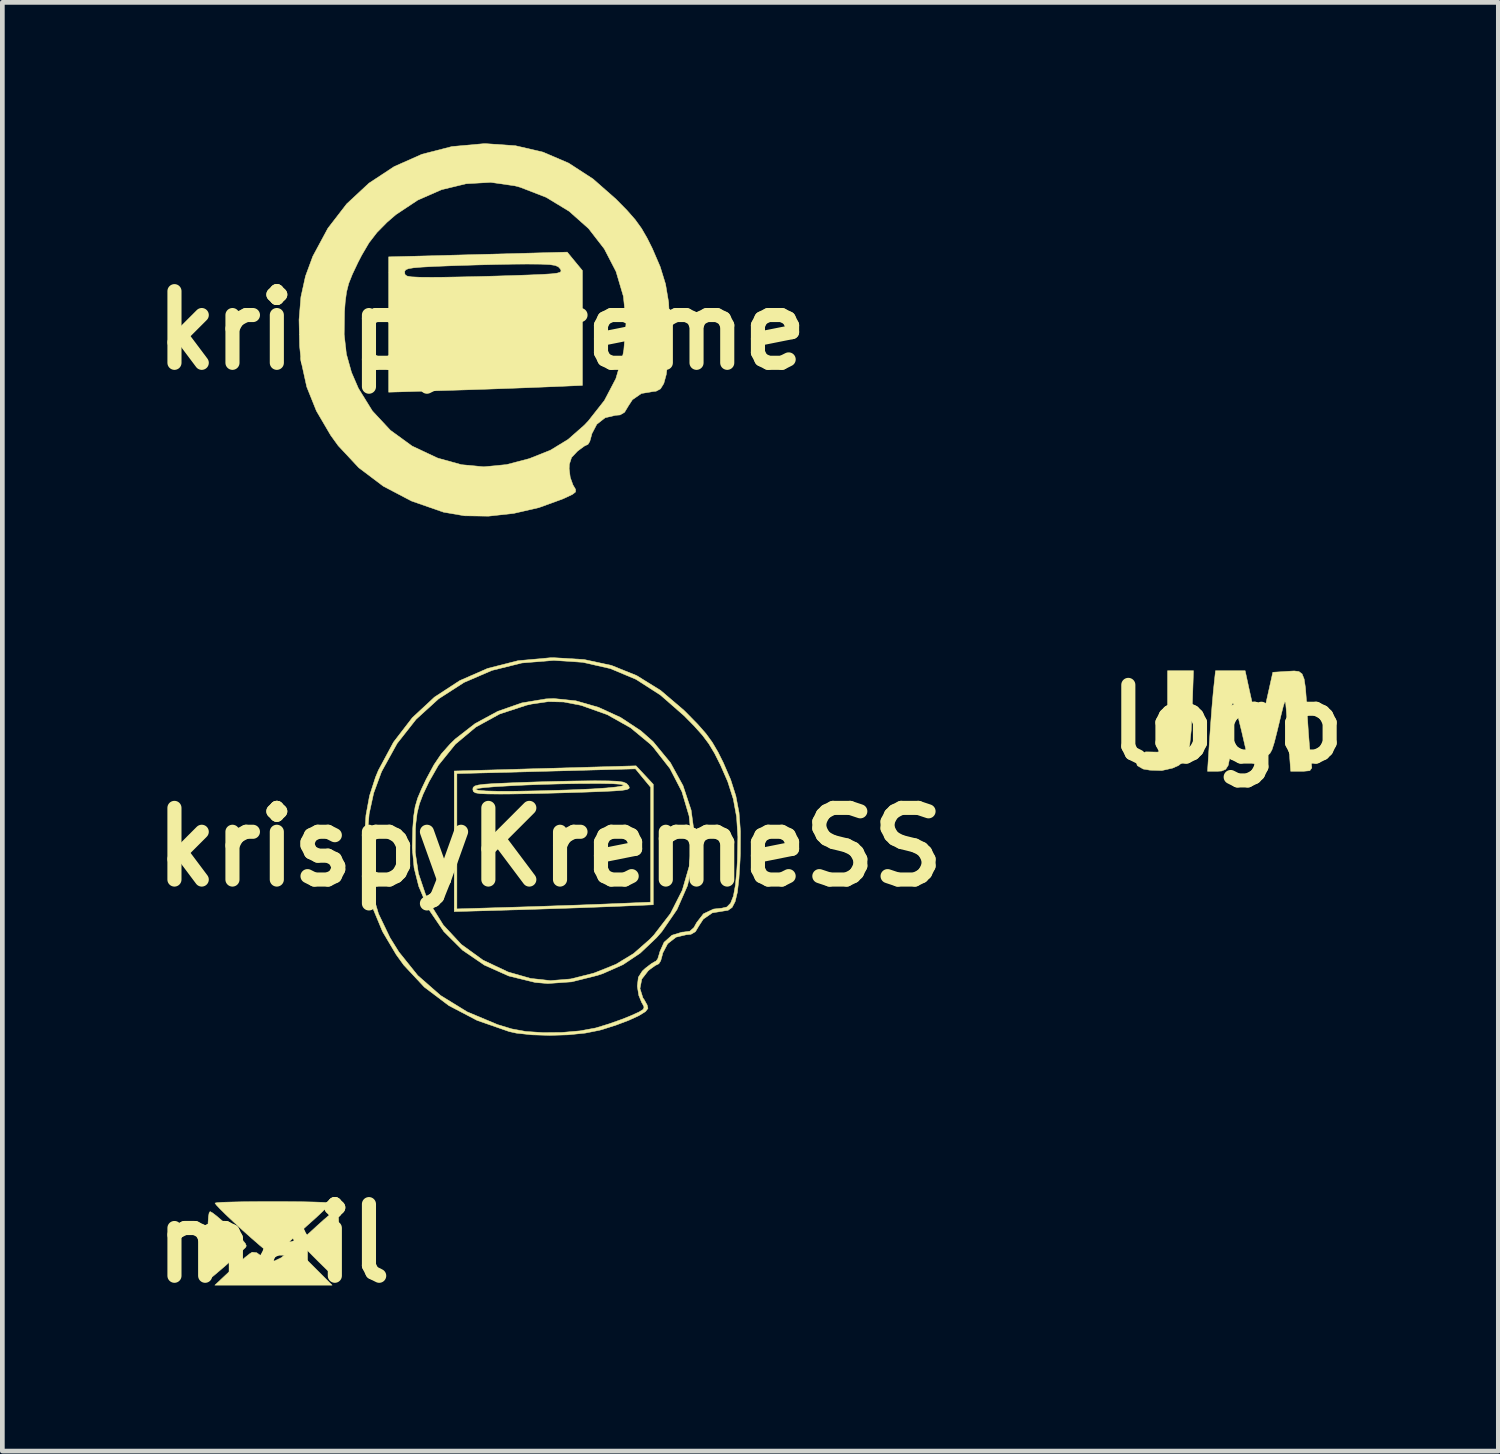
<source format=kicad_pcb>
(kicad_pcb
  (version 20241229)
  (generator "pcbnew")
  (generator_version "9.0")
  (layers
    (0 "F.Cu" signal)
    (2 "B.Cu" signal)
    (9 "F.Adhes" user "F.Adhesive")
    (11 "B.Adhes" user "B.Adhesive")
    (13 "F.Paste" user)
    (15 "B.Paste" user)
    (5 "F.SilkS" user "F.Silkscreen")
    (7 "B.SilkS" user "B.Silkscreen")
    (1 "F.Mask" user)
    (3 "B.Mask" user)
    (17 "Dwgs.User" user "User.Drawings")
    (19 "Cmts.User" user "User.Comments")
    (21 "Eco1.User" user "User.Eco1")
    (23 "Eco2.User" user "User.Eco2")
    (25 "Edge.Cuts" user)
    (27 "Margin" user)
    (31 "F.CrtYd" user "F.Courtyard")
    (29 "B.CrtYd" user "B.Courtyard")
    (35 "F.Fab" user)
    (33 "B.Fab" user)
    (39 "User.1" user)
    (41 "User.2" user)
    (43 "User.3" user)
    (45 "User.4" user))
  (footprint "krispyKreme"
    (layer "F.Cu")
    (at 7.192 3.977)
    (property "Reference" "krispyKreme" (at 0 0 0) (layer "F.SilkS") (effects (font (size 1.524 1.524) (thickness 0.3))))
    (attr through_hole)
    (fp_poly (pts (xy 1.983 -1.469) (xy 2.145 -1.273) (xy 2.145 1.17) (xy 1.312 1.205) (xy 0.987 1.218) (xy 0.583 1.233) (xy 0.136 1.249) (xy -0.32 1.264) (xy -0.748 1.277) (xy -1.976 1.314) (xy -1.976 -1.233) (xy -1.637 -1.233) (xy -1.627 -1.186) (xy -1.585 -1.156) (xy -1.489 -1.139) (xy -1.322 -1.131) (xy -1.061 -1.129) (xy -1.053 -1.129) (xy -0.803 -1.131) (xy -0.471 -1.137) (xy -0.089 -1.145) (xy 0.311 -1.156) (xy 0.635 -1.166) (xy 1.013 -1.179) (xy 1.292 -1.191) (xy 1.486 -1.203) (xy 1.608 -1.218) (xy 1.672 -1.237) (xy 1.692 -1.262) (xy 1.682 -1.294) (xy 1.675 -1.307) (xy 1.634 -1.352) (xy 1.565 -1.382) (xy 1.448 -1.4) (xy 1.261 -1.409) (xy 0.983 -1.411) (xy 0.96 -1.411) (xy 0.67 -1.409) (xy 0.305 -1.402) (xy -0.096 -1.392) (xy -0.493 -1.38) (xy -0.663 -1.374) (xy -1.017 -1.36) (xy -1.273 -1.346) (xy -1.448 -1.331) (xy -1.556 -1.313) (xy -1.613 -1.289) (xy -1.634 -1.257) (xy -1.637 -1.233) (xy -1.976 -1.233) (xy -1.976 -1.564) (xy -0.077 -1.614) (xy 1.822 -1.665) (xy 1.983 -1.469)) (stroke (width 0.01) (type solid)) (fill yes) (layer "F.SilkS"))
    (fp_poly (pts (xy 0.721 -3.928) (xy 1.306 -3.792) (xy 1.852 -3.558) (xy 2.371 -3.221) (xy 2.858 -2.793) (xy 3.093 -2.554) (xy 3.266 -2.357) (xy 3.401 -2.171) (xy 3.521 -1.964) (xy 3.632 -1.742) (xy 3.799 -1.354) (xy 3.913 -0.984) (xy 3.978 -0.6) (xy 4.001 -0.17) (xy 3.99 0.282) (xy 3.964 0.661) (xy 3.928 0.939) (xy 3.876 1.129) (xy 3.806 1.243) (xy 3.713 1.293) (xy 3.66 1.298) (xy 3.399 1.342) (xy 3.209 1.474) (xy 3.122 1.607) (xy 3.041 1.742) (xy 2.946 1.798) (xy 2.848 1.806) (xy 2.628 1.858) (xy 2.451 1.997) (xy 2.346 2.198) (xy 2.338 2.232) (xy 2.302 2.361) (xy 2.262 2.426) (xy 2.256 2.427) (xy 2.187 2.46) (xy 2.073 2.544) (xy 2.036 2.573) (xy 1.914 2.703) (xy 1.867 2.849) (xy 1.863 2.942) (xy 1.886 3.127) (xy 1.944 3.287) (xy 1.954 3.304) (xy 2 3.382) (xy 1.999 3.436) (xy 1.935 3.487) (xy 1.79 3.556) (xy 1.725 3.585) (xy 1.219 3.769) (xy 0.684 3.892) (xy 0.147 3.951) (xy -0.361 3.943) (xy -0.809 3.866) (xy -1.49 3.629) (xy -2.091 3.313) (xy -2.611 2.921) (xy -3.049 2.452) (xy -3.21 2.229) (xy -3.513 1.712) (xy -3.718 1.201) (xy -3.836 0.666) (xy -3.87 0.332) (xy -3.875 0.086) (xy -2.922 0.086) (xy -2.875 0.503) (xy -2.766 0.893) (xy -2.62 1.231) (xy -2.322 1.713) (xy -1.938 2.125) (xy -1.477 2.46) (xy -0.948 2.709) (xy -0.922 2.719) (xy -0.427 2.856) (xy 0.047 2.901) (xy 0.53 2.854) (xy 1.016 2.727) (xy 1.463 2.549) (xy 1.84 2.319) (xy 2.187 2.014) (xy 2.27 1.926) (xy 2.613 1.49) (xy 2.856 1.026) (xy 3.008 0.51) (xy 3.026 0.412) (xy 3.074 -0.168) (xy 3.016 -0.726) (xy 2.86 -1.252) (xy 2.61 -1.735) (xy 2.276 -2.166) (xy 1.862 -2.534) (xy 1.375 -2.83) (xy 0.823 -3.044) (xy 0.708 -3.075) (xy 0.196 -3.149) (xy -0.33 -3.119) (xy -0.854 -2.992) (xy -1.357 -2.771) (xy -1.821 -2.463) (xy -2.01 -2.3) (xy -2.224 -2.083) (xy -2.394 -1.863) (xy -2.55 -1.597) (xy -2.628 -1.446) (xy -2.748 -1.193) (xy -2.826 -0.997) (xy -2.872 -0.815) (xy -2.9 -0.604) (xy -2.915 -0.395) (xy -2.922 0.086) (xy -3.875 0.086) (xy -3.882 -0.226) (xy -3.842 -0.712) (xy -3.745 -1.153) (xy -3.589 -1.576) (xy -3.269 -2.171) (xy -2.868 -2.691) (xy -2.395 -3.131) (xy -1.859 -3.484) (xy -1.269 -3.746) (xy -0.632 -3.91) (xy 0.043 -3.971) (xy 0.085 -3.972) (xy 0.721 -3.928)) (stroke (width 0.01) (type solid)) (fill yes) (layer "F.SilkS")))
  (footprint "mail"
    (layer "F.Cu")
    (at 2.765 23.394)
    (property "Reference" "mail" (at 0 0 0) (layer "F.SilkS") (effects (font (size 1.524 1.524) (thickness 0.3))))
    (attr through_hole)
    (fp_poly (pts (xy 0.837 0.477) (xy 1.248 0.889) (xy -1.245 0.889) (xy -0.887 0.552) (xy -0.738 0.416) (xy -0.605 0.301) (xy -0.503 0.22) (xy -0.451 0.188) (xy -0.355 0.199) (xy -0.258 0.271) (xy -0.12 0.364) (xy 0.02 0.375) (xy 0.169 0.304) (xy 0.264 0.223) (xy 0.425 0.066) (xy 0.837 0.477)) (stroke (width 0.01) (type solid)) (fill yes) (layer "F.SilkS"))
    (fp_poly (pts (xy 1.37 -0.681) (xy 1.384 -0.563) (xy 1.393 -0.365) (xy 1.397 -0.085) (xy 1.397 0.021) (xy 1.395 0.261) (xy 1.39 0.468) (xy 1.383 0.63) (xy 1.374 0.732) (xy 1.364 0.762) (xy 1.324 0.734) (xy 1.237 0.656) (xy 1.114 0.54) (xy 0.969 0.398) (xy 0.94 0.369) (xy 0.548 -0.025) (xy 0.927 -0.372) (xy 1.077 -0.507) (xy 1.207 -0.617) (xy 1.303 -0.692) (xy 1.351 -0.72) (xy 1.351 -0.72) (xy 1.37 -0.681)) (stroke (width 0.01) (type solid)) (fill yes) (layer "F.SilkS"))
    (fp_poly (pts (xy -1.294 -0.647) (xy -1.197 -0.572) (xy -1.067 -0.46) (xy -0.917 -0.324) (xy -0.913 -0.32) (xy -0.754 -0.169) (xy -0.65 -0.063) (xy -0.594 0.007) (xy -0.577 0.054) (xy -0.592 0.087) (xy -0.596 0.091) (xy -0.712 0.2) (xy -0.851 0.325) (xy -0.997 0.454) (xy -1.137 0.575) (xy -1.255 0.675) (xy -1.337 0.741) (xy -1.369 0.762) (xy -1.378 0.722) (xy -1.386 0.611) (xy -1.392 0.443) (xy -1.396 0.231) (xy -1.397 0.042) (xy -1.395 -0.235) (xy -1.39 -0.436) (xy -1.381 -0.571) (xy -1.367 -0.647) (xy -1.348 -0.675) (xy -1.344 -0.675) (xy -1.294 -0.647)) (stroke (width 0.01) (type solid)) (fill yes) (layer "F.SilkS"))
    (fp_poly (pts (xy 0.125 -0.888) (xy 0.397 -0.887) (xy 0.65 -0.884) (xy 0.87 -0.879) (xy 1.043 -0.873) (xy 1.158 -0.866) (xy 1.2 -0.857) (xy 1.178 -0.818) (xy 1.104 -0.736) (xy 0.99 -0.625) (xy 0.874 -0.518) (xy 0.697 -0.36) (xy 0.51 -0.192) (xy 0.343 -0.041) (xy 0.275 0.021) (xy 0.152 0.129) (xy 0.05 0.211) (xy -0.014 0.251) (xy -0.022 0.254) (xy -0.066 0.227) (xy -0.161 0.151) (xy -0.298 0.036) (xy -0.466 -0.11) (xy -0.654 -0.278) (xy -0.663 -0.286) (xy -0.848 -0.456) (xy -1.008 -0.607) (xy -1.133 -0.73) (xy -1.214 -0.816) (xy -1.242 -0.857) (xy -1.241 -0.857) (xy -1.195 -0.866) (xy -1.078 -0.874) (xy -0.902 -0.879) (xy -0.681 -0.884) (xy -0.427 -0.887) (xy -0.154 -0.888) (xy 0.125 -0.888)) (stroke (width 0.01) (type solid)) (fill yes) (layer "F.SilkS")))
  (footprint "logo"
    (layer "F.Cu")
    (at 23.052 12.351)
    (property "Reference" "logo" (at 0 0 0) (layer "F.SilkS") (effects (font (size 1.524 1.524) (thickness 0.3))))
    (attr through_hole)
    (fp_poly (pts (xy -0.748 -0.284) (xy -0.767 0.131) (xy -0.798 0.434) (xy -0.848 0.645) (xy -0.924 0.786) (xy -1.034 0.878) (xy -1.162 0.935) (xy -1.393 0.987) (xy -1.647 0.979) (xy -1.788 0.955) (xy -1.913 0.883) (xy -1.938 0.801) (xy -1.885 0.654) (xy -1.734 0.59) (xy -1.617 0.592) (xy -1.482 0.595) (xy -1.386 0.552) (xy -1.324 0.443) (xy -1.288 0.251) (xy -1.273 -0.042) (xy -1.27 -0.342) (xy -1.27 -1.136) (xy -0.719 -1.136) (xy -0.748 -0.284)) (stroke (width 0.01) (type solid)) (fill yes) (layer "F.SilkS"))
    (fp_poly (pts (xy 0.463 -0.752) (xy 0.523 -0.483) (xy 0.585 -0.221) (xy 0.616 -0.1) (xy 0.686 0.167) (xy 0.969 -1.103) (xy 1.281 -1.123) (xy 1.423 -1.131) (xy 1.523 -1.119) (xy 1.591 -1.068) (xy 1.635 -0.958) (xy 1.663 -0.771) (xy 1.685 -0.485) (xy 1.703 -0.167) (xy 1.724 0.157) (xy 1.747 0.453) (xy 1.769 0.683) (xy 1.783 0.785) (xy 1.798 0.93) (xy 1.755 0.99) (xy 1.618 1.003) (xy 1.584 1.003) (xy 1.349 1.003) (xy 1.309 0.451) (xy 1.288 0.159) (xy 1.268 -0.112) (xy 1.254 -0.31) (xy 1.252 -0.334) (xy 1.241 -0.456) (xy 1.224 -0.478) (xy 1.194 -0.391) (xy 1.146 -0.201) (xy 1.061 0.15) (xy 1 0.391) (xy 0.951 0.544) (xy 0.904 0.628) (xy 0.847 0.663) (xy 0.77 0.67) (xy 0.678 0.668) (xy 0.425 0.668) (xy 0.305 0.15) (xy 0.223 -0.181) (xy 0.162 -0.381) (xy 0.118 -0.45) (xy 0.09 -0.388) (xy 0.074 -0.196) (xy 0.069 0.112) (xy 0.065 0.472) (xy 0.051 0.72) (xy 0.02 0.876) (xy -0.034 0.961) (xy -0.119 0.997) (xy -0.217 1.003) (xy -0.42 1.003) (xy -0.376 0.318) (xy -0.352 -0.024) (xy -0.326 -0.364) (xy -0.301 -0.649) (xy -0.291 -0.752) (xy -0.25 -1.136) (xy 0.38 -1.136) (xy 0.463 -0.752)) (stroke (width 0.01) (type solid)) (fill yes) (layer "F.SilkS")))
  (footprint "krispyKremeSS"
    (layer "F.Cu")
    (at 8.643 14.967)
    (property "Reference" "krispyKremeSS" (at 0 0 0) (layer "F.SilkS") (effects (font (size 1.524 1.524) (thickness 0.3))))
    (attr through_hole)
    (fp_poly (pts (xy 2.018 -1.533) (xy 2.201 -1.336) (xy 2.201 1.226) (xy 1.369 1.262) (xy 1.05 1.274) (xy 0.651 1.289) (xy 0.206 1.304) (xy -0.254 1.319) (xy -0.695 1.333) (xy -0.748 1.334) (xy -2.032 1.371) (xy -2.032 -1.564) (xy -1.976 -1.564) (xy -1.976 1.314) (xy -0.748 1.277) (xy -0.318 1.264) (xy 0.138 1.248) (xy 0.585 1.233) (xy 0.989 1.218) (xy 1.312 1.205) (xy 2.145 1.17) (xy 2.145 -1.273) (xy 1.983 -1.469) (xy 1.822 -1.665) (xy -0.077 -1.614) (xy -1.976 -1.564) (xy -2.032 -1.564) (xy -2.032 -1.619) (xy -0.099 -1.674) (xy 1.834 -1.729) (xy 2.018 -1.533)) (stroke (width 0.01) (type solid)) (fill yes) (layer "F.SilkS"))
    (fp_poly (pts (xy 1.245 -1.409) (xy 1.437 -1.401) (xy 1.559 -1.384) (xy 1.63 -1.355) (xy 1.672 -1.311) (xy 1.675 -1.307) (xy 1.692 -1.271) (xy 1.683 -1.244) (xy 1.634 -1.223) (xy 1.532 -1.207) (xy 1.363 -1.195) (xy 1.113 -1.183) (xy 0.768 -1.17) (xy 0.635 -1.166) (xy 0.243 -1.154) (xy -0.156 -1.143) (xy -0.531 -1.135) (xy -0.852 -1.13) (xy -1.053 -1.129) (xy -1.316 -1.131) (xy -1.486 -1.138) (xy -1.583 -1.155) (xy -1.627 -1.185) (xy -1.637 -1.231) (xy -1.637 -1.233) (xy -1.58 -1.233) (xy -1.525 -1.21) (xy -1.359 -1.195) (xy -1.085 -1.188) (xy -0.706 -1.189) (xy -0.225 -1.198) (xy 0.357 -1.215) (xy 0.555 -1.222) (xy 0.923 -1.239) (xy 1.213 -1.259) (xy 1.421 -1.28) (xy 1.542 -1.301) (xy 1.571 -1.321) (xy 1.504 -1.337) (xy 1.334 -1.349) (xy 1.059 -1.354) (xy 0.974 -1.354) (xy 0.608 -1.352) (xy 0.224 -1.345) (xy -0.161 -1.334) (xy -0.531 -1.32) (xy -0.87 -1.303) (xy -1.16 -1.286) (xy -1.387 -1.267) (xy -1.532 -1.249) (xy -1.58 -1.233) (xy -1.637 -1.233) (xy -1.629 -1.271) (xy -1.594 -1.3) (xy -1.518 -1.321) (xy -1.385 -1.338) (xy -1.178 -1.352) (xy -0.884 -1.365) (xy -0.663 -1.374) (xy -0.28 -1.387) (xy 0.124 -1.398) (xy 0.51 -1.406) (xy 0.839 -1.41) (xy 0.96 -1.411) (xy 1.245 -1.409)) (stroke (width 0.01) (type solid)) (fill yes) (layer "F.SilkS"))
    (fp_poly (pts (xy 0.554 -3.112) (xy 1.037 -2.973) (xy 1.508 -2.757) (xy 1.936 -2.475) (xy 2.197 -2.244) (xy 2.565 -1.797) (xy 2.834 -1.307) (xy 3.006 -0.787) (xy 3.079 -0.251) (xy 3.053 0.289) (xy 2.929 0.819) (xy 2.706 1.326) (xy 2.383 1.797) (xy 2.27 1.926) (xy 1.924 2.254) (xy 1.558 2.499) (xy 1.132 2.688) (xy 1.016 2.727) (xy 0.465 2.865) (xy -0.043 2.901) (xy -0.31 2.878) (xy -0.871 2.741) (xy -1.391 2.509) (xy -1.855 2.192) (xy -2.251 1.798) (xy -2.564 1.339) (xy -2.62 1.231) (xy -2.787 0.834) (xy -2.886 0.442) (xy -2.917 0.107) (xy -2.862 0.107) (xy -2.794 0.558) (xy -2.646 0.996) (xy -2.564 1.175) (xy -2.265 1.657) (xy -1.882 2.069) (xy -1.421 2.403) (xy -0.892 2.653) (xy -0.865 2.662) (xy -0.41 2.792) (xy 0.016 2.839) (xy 0.447 2.803) (xy 0.918 2.685) (xy 0.96 2.671) (xy 1.406 2.492) (xy 1.783 2.263) (xy 2.13 1.958) (xy 2.214 1.87) (xy 2.567 1.411) (xy 2.818 0.916) (xy 2.968 0.398) (xy 3.016 -0.133) (xy 2.963 -0.662) (xy 2.81 -1.179) (xy 2.556 -1.671) (xy 2.201 -2.125) (xy 2.141 -2.188) (xy 1.718 -2.539) (xy 1.222 -2.818) (xy 0.677 -3.012) (xy 0.651 -3.019) (xy 0.298 -3.087) (xy -0.029 -3.095) (xy -0.383 -3.044) (xy -0.491 -3.02) (xy -1.065 -2.832) (xy -1.572 -2.554) (xy -2.007 -2.19) (xy -2.368 -1.743) (xy -2.57 -1.389) (xy -2.694 -1.127) (xy -2.773 -0.92) (xy -2.821 -0.726) (xy -2.849 -0.504) (xy -2.857 -0.395) (xy -2.862 0.107) (xy -2.917 0.107) (xy -2.925 0.017) (xy -2.915 -0.395) (xy -2.895 -0.657) (xy -2.864 -0.858) (xy -2.811 -1.04) (xy -2.724 -1.245) (xy -2.628 -1.446) (xy -2.466 -1.747) (xy -2.307 -1.983) (xy -2.117 -2.196) (xy -2.01 -2.3) (xy -1.588 -2.628) (xy -1.107 -2.888) (xy -0.596 -3.067) (xy -0.082 -3.153) (xy 0.087 -3.16) (xy 0.554 -3.112)) (stroke (width 0.01) (type solid)) (fill yes) (layer "F.SilkS"))
    (fp_poly (pts (xy 0.729 -3.99) (xy 1.311 -3.865) (xy 1.849 -3.648) (xy 2.357 -3.333) (xy 2.851 -2.912) (xy 2.914 -2.85) (xy 3.149 -2.61) (xy 3.322 -2.413) (xy 3.457 -2.227) (xy 3.578 -2.021) (xy 3.689 -1.799) (xy 3.847 -1.435) (xy 3.957 -1.09) (xy 4.025 -0.734) (xy 4.055 -0.336) (xy 4.053 0.133) (xy 4.047 0.282) (xy 4.023 0.671) (xy 3.99 0.959) (xy 3.942 1.159) (xy 3.877 1.283) (xy 3.791 1.344) (xy 3.717 1.355) (xy 3.456 1.398) (xy 3.265 1.531) (xy 3.178 1.664) (xy 3.097 1.799) (xy 3.002 1.854) (xy 2.904 1.863) (xy 2.685 1.915) (xy 2.507 2.054) (xy 2.402 2.254) (xy 2.395 2.288) (xy 2.359 2.418) (xy 2.318 2.482) (xy 2.312 2.484) (xy 2.244 2.517) (xy 2.129 2.6) (xy 2.093 2.63) (xy 1.957 2.806) (xy 1.918 3.007) (xy 1.98 3.205) (xy 2.006 3.242) (xy 2.071 3.358) (xy 2.088 3.429) (xy 2.037 3.496) (xy 1.895 3.584) (xy 1.682 3.682) (xy 1.415 3.783) (xy 1.115 3.879) (xy 1.056 3.895) (xy 0.755 3.955) (xy 0.389 3.992) (xy -0.002 4.004) (xy -0.381 3.992) (xy -0.711 3.956) (xy -0.865 3.922) (xy -1.546 3.685) (xy -2.147 3.37) (xy -2.668 2.977) (xy -3.106 2.508) (xy -3.267 2.285) (xy -3.557 1.796) (xy -3.756 1.317) (xy -3.877 0.815) (xy -3.928 0.327) (xy -3.94 -0.214) (xy -3.94 -0.221) (xy -3.882 -0.221) (xy -3.87 0.332) (xy -3.796 0.896) (xy -3.643 1.417) (xy -3.398 1.927) (xy -3.21 2.229) (xy -2.808 2.73) (xy -2.323 3.155) (xy -1.756 3.504) (xy -1.109 3.775) (xy -0.809 3.866) (xy -0.508 3.921) (xy -0.139 3.945) (xy 0.258 3.941) (xy 0.641 3.908) (xy 0.971 3.847) (xy 1 3.839) (xy 1.26 3.759) (xy 1.531 3.663) (xy 1.725 3.585) (xy 1.899 3.506) (xy 1.987 3.451) (xy 2.005 3.401) (xy 1.972 3.332) (xy 1.954 3.304) (xy 1.893 3.154) (xy 1.863 2.968) (xy 1.863 2.942) (xy 1.884 2.767) (xy 1.967 2.637) (xy 2.036 2.573) (xy 2.157 2.481) (xy 2.243 2.43) (xy 2.256 2.427) (xy 2.295 2.378) (xy 2.333 2.257) (xy 2.338 2.232) (xy 2.43 2.024) (xy 2.598 1.874) (xy 2.813 1.808) (xy 2.848 1.806) (xy 2.978 1.788) (xy 3.065 1.711) (xy 3.122 1.607) (xy 3.268 1.418) (xy 3.483 1.317) (xy 3.66 1.298) (xy 3.766 1.273) (xy 3.846 1.191) (xy 3.906 1.038) (xy 3.949 0.802) (xy 3.979 0.472) (xy 3.99 0.282) (xy 4 -0.218) (xy 3.973 -0.642) (xy 3.903 -1.022) (xy 3.785 -1.392) (xy 3.632 -1.742) (xy 3.506 -1.993) (xy 3.385 -2.195) (xy 3.246 -2.381) (xy 3.067 -2.581) (xy 2.858 -2.793) (xy 2.354 -3.234) (xy 1.835 -3.568) (xy 1.287 -3.798) (xy 0.701 -3.931) (xy 0.085 -3.972) (xy -0.592 -3.917) (xy -1.231 -3.758) (xy -1.825 -3.502) (xy -2.365 -3.154) (xy -2.842 -2.72) (xy -3.247 -2.205) (xy -3.573 -1.614) (xy -3.589 -1.576) (xy -3.746 -1.149) (xy -3.842 -0.707) (xy -3.882 -0.221) (xy -3.94 -0.221) (xy -3.91 -0.678) (xy -3.834 -1.091) (xy -3.708 -1.483) (xy -3.646 -1.633) (xy -3.324 -2.232) (xy -2.924 -2.752) (xy -2.453 -3.19) (xy -1.916 -3.541) (xy -1.322 -3.801) (xy -0.676 -3.965) (xy 0.013 -4.028) (xy 0.085 -4.029) (xy 0.729 -3.99)) (stroke (width 0.01) (type solid)) (fill yes) (layer "F.SilkS")))
  (gr_rect
    (start -3 -3)
    (end 28.817 27.812)
    (stroke (width 0.1) (type default))
    (fill no)
    (layer "Edge.Cuts")))
</source>
